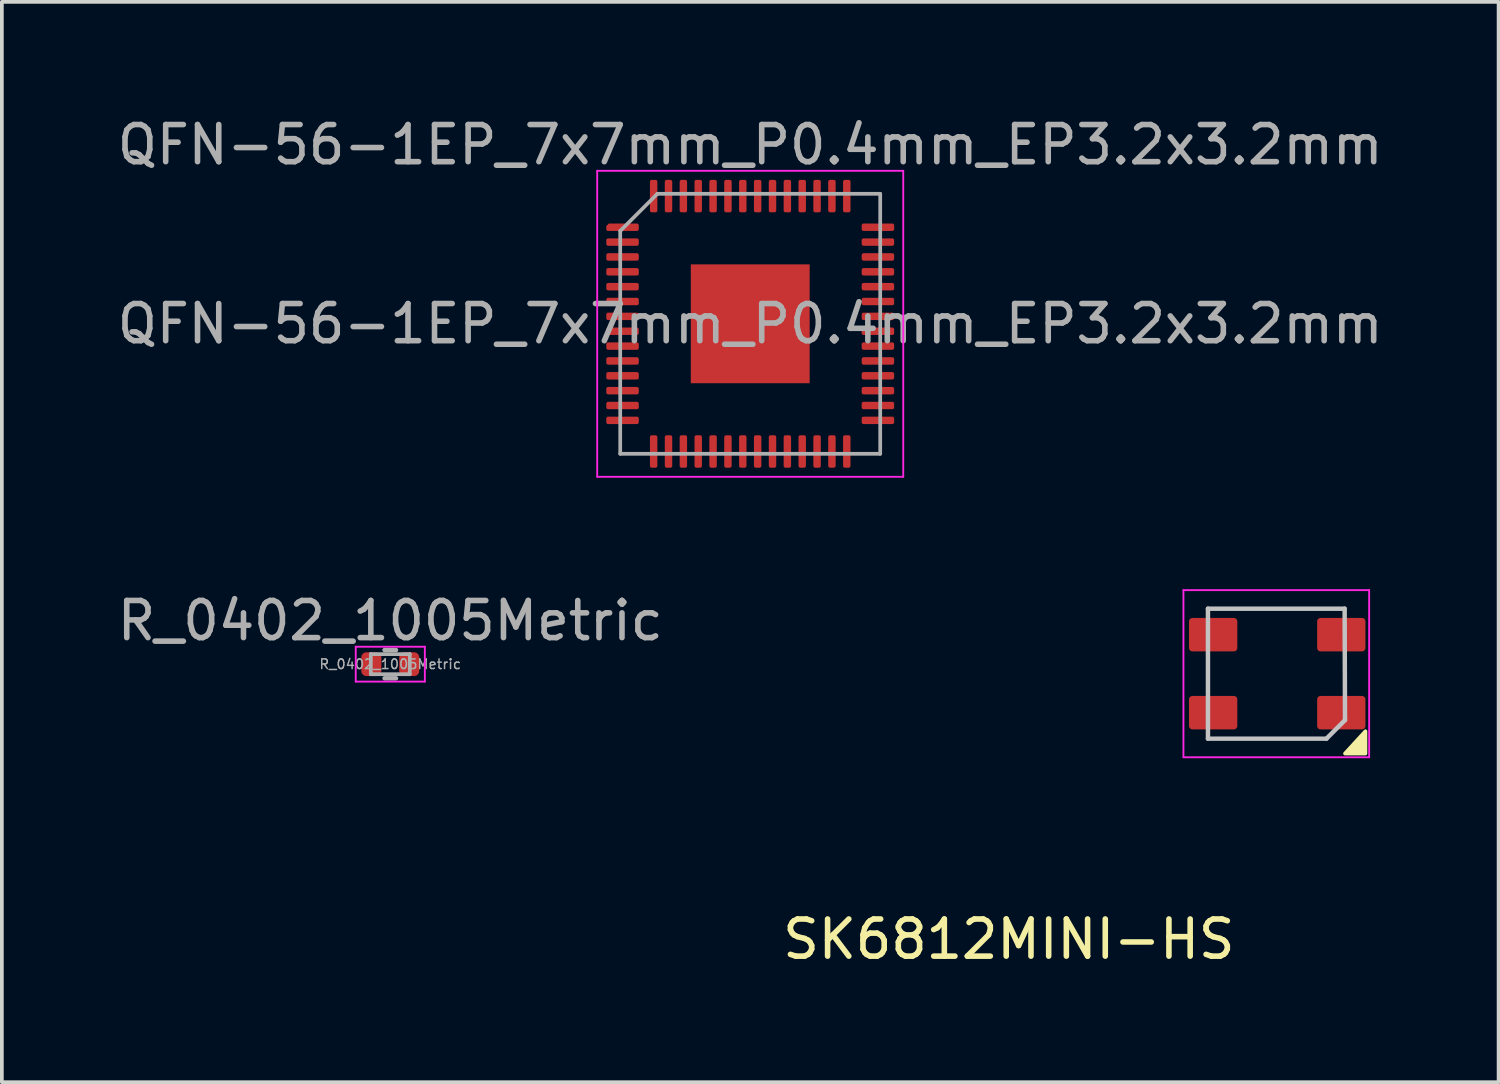
<source format=kicad_pcb>
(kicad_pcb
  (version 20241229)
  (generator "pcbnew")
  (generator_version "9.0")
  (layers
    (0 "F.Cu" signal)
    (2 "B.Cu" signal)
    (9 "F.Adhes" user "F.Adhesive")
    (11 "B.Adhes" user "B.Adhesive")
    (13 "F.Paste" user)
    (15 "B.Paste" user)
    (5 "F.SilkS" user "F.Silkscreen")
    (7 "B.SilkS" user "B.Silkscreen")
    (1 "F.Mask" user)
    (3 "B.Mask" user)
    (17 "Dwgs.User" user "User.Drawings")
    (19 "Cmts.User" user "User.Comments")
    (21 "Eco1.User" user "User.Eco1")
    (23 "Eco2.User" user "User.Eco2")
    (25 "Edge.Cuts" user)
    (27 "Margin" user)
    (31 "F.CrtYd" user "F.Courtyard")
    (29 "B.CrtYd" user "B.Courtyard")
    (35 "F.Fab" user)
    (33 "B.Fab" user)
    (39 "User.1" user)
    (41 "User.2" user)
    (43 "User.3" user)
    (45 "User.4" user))
  (footprint "QFN-56-1EP_7x7mm_P0.4mm_EP3.2x3.2mm"
    (layer "F.Cu")
    (at 17.149 5.668)
    (property "Reference" "QFN-56-1EP_7x7mm_P0.4mm_EP3.2x3.2mm" (at 0 -4.82 0) (layer "F.Fab") (effects (font (size 1 1) (thickness 0.15))))
    (attr smd)
    (fp_line (start -4.12 -4.12) (end -4.12 4.12) (stroke (width 0.05) (type solid)) (layer "F.CrtYd"))
    (fp_line (start -4.12 4.12) (end 4.12 4.12) (stroke (width 0.05) (type solid)) (layer "F.CrtYd"))
    (fp_line (start 4.12 -4.12) (end -4.12 -4.12) (stroke (width 0.05) (type solid)) (layer "F.CrtYd"))
    (fp_line (start 4.12 4.12) (end 4.12 -4.12) (stroke (width 0.05) (type solid)) (layer "F.CrtYd"))
    (fp_line (start -3.5 -2.5) (end -2.5 -3.5) (stroke (width 0.1) (type solid)) (layer "F.Fab"))
    (fp_line (start -3.5 3.5) (end -3.5 -2.5) (stroke (width 0.1) (type solid)) (layer "F.Fab"))
    (fp_line (start -2.5 -3.5) (end 3.5 -3.5) (stroke (width 0.1) (type solid)) (layer "F.Fab"))
    (fp_line (start 3.5 -3.5) (end 3.5 3.5) (stroke (width 0.1) (type solid)) (layer "F.Fab"))
    (fp_line (start 3.5 3.5) (end -3.5 3.5) (stroke (width 0.1) (type solid)) (layer "F.Fab"))
    (fp_text user "${REFERENCE}" (at 0 0 0) (layer "F.Fab") (effects (font (size 1 1) (thickness 0.15))))
    (pad "" smd roundrect (at -0.8 -0.8) (size 1.29 1.29) (layers "F.Paste") (roundrect_rratio 0.194))
    (pad "" smd roundrect (at -0.8 0.8) (size 1.29 1.29) (layers "F.Paste") (roundrect_rratio 0.194))
    (pad "" smd roundrect (at 0.8 -0.8) (size 1.29 1.29) (layers "F.Paste") (roundrect_rratio 0.194))
    (pad "" smd roundrect (at 0.8 0.8) (size 1.29 1.29) (layers "F.Paste") (roundrect_rratio 0.194))
    (pad "1" smd roundrect (at -3.438 -2.6) (size 0.875 0.2) (layers "F.Cu" "F.Mask" "F.Paste") (roundrect_rratio 0.25) (chamfer_ratio 0.35) (chamfer top_left))
    (pad "2" smd roundrect (at -3.438 -2.2) (size 0.875 0.2) (layers "F.Cu" "F.Mask" "F.Paste") (roundrect_rratio 0.25))
    (pad "3" smd roundrect (at -3.438 -1.8) (size 0.875 0.2) (layers "F.Cu" "F.Mask" "F.Paste") (roundrect_rratio 0.25))
    (pad "4" smd roundrect (at -3.438 -1.4) (size 0.875 0.2) (layers "F.Cu" "F.Mask" "F.Paste") (roundrect_rratio 0.25))
    (pad "5" smd roundrect (at -3.438 -1) (size 0.875 0.2) (layers "F.Cu" "F.Mask" "F.Paste") (roundrect_rratio 0.25))
    (pad "6" smd roundrect (at -3.438 -0.6) (size 0.875 0.2) (layers "F.Cu" "F.Mask" "F.Paste") (roundrect_rratio 0.25))
    (pad "7" smd roundrect (at -3.438 -0.2) (size 0.875 0.2) (layers "F.Cu" "F.Mask" "F.Paste") (roundrect_rratio 0.25))
    (pad "8" smd roundrect (at -3.438 0.2) (size 0.875 0.2) (layers "F.Cu" "F.Mask" "F.Paste") (roundrect_rratio 0.25))
    (pad "9" smd roundrect (at -3.438 0.6) (size 0.875 0.2) (layers "F.Cu" "F.Mask" "F.Paste") (roundrect_rratio 0.25))
    (pad "10" smd roundrect (at -3.438 1) (size 0.875 0.2) (layers "F.Cu" "F.Mask" "F.Paste") (roundrect_rratio 0.25))
    (pad "11" smd roundrect (at -3.438 1.4) (size 0.875 0.2) (layers "F.Cu" "F.Mask" "F.Paste") (roundrect_rratio 0.25))
    (pad "12" smd roundrect (at -3.438 1.8) (size 0.875 0.2) (layers "F.Cu" "F.Mask" "F.Paste") (roundrect_rratio 0.25))
    (pad "13" smd roundrect (at -3.438 2.2) (size 0.875 0.2) (layers "F.Cu" "F.Mask" "F.Paste") (roundrect_rratio 0.25))
    (pad "14" smd roundrect (at -3.438 2.6) (size 0.875 0.2) (layers "F.Cu" "F.Mask" "F.Paste") (roundrect_rratio 0.25))
    (pad "15" smd roundrect (at -2.6 3.438) (size 0.2 0.875) (layers "F.Cu" "F.Mask" "F.Paste") (roundrect_rratio 0.25))
    (pad "16" smd roundrect (at -2.2 3.438) (size 0.2 0.875) (layers "F.Cu" "F.Mask" "F.Paste") (roundrect_rratio 0.25))
    (pad "17" smd roundrect (at -1.8 3.438) (size 0.2 0.875) (layers "F.Cu" "F.Mask" "F.Paste") (roundrect_rratio 0.25))
    (pad "18" smd roundrect (at -1.4 3.438) (size 0.2 0.875) (layers "F.Cu" "F.Mask" "F.Paste") (roundrect_rratio 0.25))
    (pad "19" smd roundrect (at -1 3.438) (size 0.2 0.875) (layers "F.Cu" "F.Mask" "F.Paste") (roundrect_rratio 0.25))
    (pad "20" smd roundrect (at -0.6 3.438) (size 0.2 0.875) (layers "F.Cu" "F.Mask" "F.Paste") (roundrect_rratio 0.25))
    (pad "21" smd roundrect (at -0.2 3.438) (size 0.2 0.875) (layers "F.Cu" "F.Mask" "F.Paste") (roundrect_rratio 0.25))
    (pad "22" smd roundrect (at 0.2 3.438) (size 0.2 0.875) (layers "F.Cu" "F.Mask" "F.Paste") (roundrect_rratio 0.25))
    (pad "23" smd roundrect (at 0.6 3.438) (size 0.2 0.875) (layers "F.Cu" "F.Mask" "F.Paste") (roundrect_rratio 0.25))
    (pad "24" smd roundrect (at 1 3.438) (size 0.2 0.875) (layers "F.Cu" "F.Mask" "F.Paste") (roundrect_rratio 0.25))
    (pad "25" smd roundrect (at 1.4 3.438) (size 0.2 0.875) (layers "F.Cu" "F.Mask" "F.Paste") (roundrect_rratio 0.25))
    (pad "26" smd roundrect (at 1.8 3.438) (size 0.2 0.875) (layers "F.Cu" "F.Mask" "F.Paste") (roundrect_rratio 0.25))
    (pad "27" smd roundrect (at 2.2 3.438) (size 0.2 0.875) (layers "F.Cu" "F.Mask" "F.Paste") (roundrect_rratio 0.25))
    (pad "28" smd roundrect (at 2.6 3.438) (size 0.2 0.875) (layers "F.Cu" "F.Mask" "F.Paste") (roundrect_rratio 0.25))
    (pad "29" smd roundrect (at 3.438 2.6) (size 0.875 0.2) (layers "F.Cu" "F.Mask" "F.Paste") (roundrect_rratio 0.25))
    (pad "30" smd roundrect (at 3.438 2.2) (size 0.875 0.2) (layers "F.Cu" "F.Mask" "F.Paste") (roundrect_rratio 0.25))
    (pad "31" smd roundrect (at 3.438 1.8) (size 0.875 0.2) (layers "F.Cu" "F.Mask" "F.Paste") (roundrect_rratio 0.25))
    (pad "32" smd roundrect (at 3.438 1.4) (size 0.875 0.2) (layers "F.Cu" "F.Mask" "F.Paste") (roundrect_rratio 0.25))
    (pad "33" smd roundrect (at 3.438 1) (size 0.875 0.2) (layers "F.Cu" "F.Mask" "F.Paste") (roundrect_rratio 0.25))
    (pad "34" smd roundrect (at 3.438 0.6) (size 0.875 0.2) (layers "F.Cu" "F.Mask" "F.Paste") (roundrect_rratio 0.25))
    (pad "35" smd roundrect (at 3.438 0.2) (size 0.875 0.2) (layers "F.Cu" "F.Mask" "F.Paste") (roundrect_rratio 0.25))
    (pad "36" smd roundrect (at 3.438 -0.2) (size 0.875 0.2) (layers "F.Cu" "F.Mask" "F.Paste") (roundrect_rratio 0.25))
    (pad "37" smd roundrect (at 3.438 -0.6) (size 0.875 0.2) (layers "F.Cu" "F.Mask" "F.Paste") (roundrect_rratio 0.25))
    (pad "38" smd roundrect (at 3.438 -1) (size 0.875 0.2) (layers "F.Cu" "F.Mask" "F.Paste") (roundrect_rratio 0.25))
    (pad "39" smd roundrect (at 3.438 -1.4) (size 0.875 0.2) (layers "F.Cu" "F.Mask" "F.Paste") (roundrect_rratio 0.25))
    (pad "40" smd roundrect (at 3.438 -1.8) (size 0.875 0.2) (layers "F.Cu" "F.Mask" "F.Paste") (roundrect_rratio 0.25))
    (pad "41" smd roundrect (at 3.438 -2.2) (size 0.875 0.2) (layers "F.Cu" "F.Mask" "F.Paste") (roundrect_rratio 0.25))
    (pad "42" smd roundrect (at 3.438 -2.6) (size 0.875 0.2) (layers "F.Cu" "F.Mask" "F.Paste") (roundrect_rratio 0.25))
    (pad "43" smd roundrect (at 2.6 -3.438) (size 0.2 0.875) (layers "F.Cu" "F.Mask" "F.Paste") (roundrect_rratio 0.25))
    (pad "44" smd roundrect (at 2.2 -3.438) (size 0.2 0.875) (layers "F.Cu" "F.Mask" "F.Paste") (roundrect_rratio 0.25))
    (pad "45" smd roundrect (at 1.8 -3.438) (size 0.2 0.875) (layers "F.Cu" "F.Mask" "F.Paste") (roundrect_rratio 0.25))
    (pad "46" smd roundrect (at 1.4 -3.438) (size 0.2 0.875) (layers "F.Cu" "F.Mask" "F.Paste") (roundrect_rratio 0.25))
    (pad "47" smd roundrect (at 1 -3.438) (size 0.2 0.875) (layers "F.Cu" "F.Mask" "F.Paste") (roundrect_rratio 0.25))
    (pad "48" smd roundrect (at 0.6 -3.438) (size 0.2 0.875) (layers "F.Cu" "F.Mask" "F.Paste") (roundrect_rratio 0.25))
    (pad "49" smd roundrect (at 0.2 -3.438) (size 0.2 0.875) (layers "F.Cu" "F.Mask" "F.Paste") (roundrect_rratio 0.25))
    (pad "50" smd roundrect (at -0.2 -3.438) (size 0.2 0.875) (layers "F.Cu" "F.Mask" "F.Paste") (roundrect_rratio 0.25))
    (pad "51" smd roundrect (at -0.6 -3.438) (size 0.2 0.875) (layers "F.Cu" "F.Mask" "F.Paste") (roundrect_rratio 0.25))
    (pad "52" smd roundrect (at -1 -3.438) (size 0.2 0.875) (layers "F.Cu" "F.Mask" "F.Paste") (roundrect_rratio 0.25))
    (pad "53" smd roundrect (at -1.4 -3.438) (size 0.2 0.875) (layers "F.Cu" "F.Mask" "F.Paste") (roundrect_rratio 0.25))
    (pad "54" smd roundrect (at -1.8 -3.438) (size 0.2 0.875) (layers "F.Cu" "F.Mask" "F.Paste") (roundrect_rratio 0.25))
    (pad "55" smd roundrect (at -2.2 -3.438) (size 0.2 0.875) (layers "F.Cu" "F.Mask" "F.Paste") (roundrect_rratio 0.25))
    (pad "56" smd roundrect (at -2.6 -3.438) (size 0.2 0.875) (layers "F.Cu" "F.Mask" "F.Paste") (roundrect_rratio 0.25))
    (pad "57" smd rect (at 0 0) (size 3.2 3.2) (layers "F.Cu" "F.Mask")))
  (footprint "R_0402_1005Metric"
    (layer "F.Cu")
    (at 7.458 14.832)
    (property "Reference" "R_0402_1005Metric" (at 0 -1.17 0) (layer "F.Fab") (effects (font (size 1 1) (thickness 0.15))))
    (attr smd)
    (fp_line (start -0.93 -0.47) (end 0.93 -0.47) (stroke (width 0.05) (type solid)) (layer "F.CrtYd"))
    (fp_line (start -0.93 0.47) (end -0.93 -0.47) (stroke (width 0.05) (type solid)) (layer "F.CrtYd"))
    (fp_line (start 0.93 -0.47) (end 0.93 0.47) (stroke (width 0.05) (type solid)) (layer "F.CrtYd"))
    (fp_line (start 0.93 0.47) (end -0.93 0.47) (stroke (width 0.05) (type solid)) (layer "F.CrtYd"))
    (fp_line (start -0.525 -0.27) (end 0.525 -0.27) (stroke (width 0.1) (type solid)) (layer "F.Fab"))
    (fp_line (start -0.525 0.27) (end -0.525 -0.27) (stroke (width 0.1) (type solid)) (layer "F.Fab"))
    (fp_line (start -0.154 -0.38) (end 0.154 -0.38) (stroke (width 0.12) (type solid)) (layer "F.Fab"))
    (fp_line (start -0.154 0.38) (end 0.154 0.38) (stroke (width 0.12) (type solid)) (layer "F.Fab"))
    (fp_line (start 0.525 -0.27) (end 0.525 0.27) (stroke (width 0.1) (type solid)) (layer "F.Fab"))
    (fp_line (start 0.525 0.27) (end -0.525 0.27) (stroke (width 0.1) (type solid)) (layer "F.Fab"))
    (fp_text user "${REFERENCE}" (at 0 0 0) (layer "F.Fab") (effects (font (size 0.26 0.26) (thickness 0.04))))
    (pad "1" smd roundrect (at -0.51 0) (size 0.54 0.64) (layers "F.Cu" "F.Mask" "F.Paste") (roundrect_rratio 0.25))
    (pad "2" smd roundrect (at 0.51 0) (size 0.54 0.64) (layers "F.Cu" "F.Mask" "F.Paste") (roundrect_rratio 0.25)))
  (footprint "SK6812MINI-HS"
    (layer "F.Cu")
    (at 31.313 15.088)
    (property "Reference" "SK6812MINI-HS" (at -7.2 7.15 0) (layer "F.SilkS") (effects (font (size 1 1) (thickness 0.15))))
    (attr through_hole)
    (fp_poly (pts (xy 2.4 1.55) (xy 1.85 2.15) (xy 2.4 2.15)) (stroke (width 0.1) (type solid)) (fill yes) (layer "F.SilkS"))
    (fp_line (start -1.84 -1.75) (end -1.84 1.75) (stroke (width 0.12) (type solid)) (layer "Dwgs.User"))
    (fp_line (start 1.35 1.75) (end -1.84 1.75) (stroke (width 0.12) (type solid)) (layer "Dwgs.User"))
    (fp_line (start 1.84 -1.75) (end -1.84 -1.75) (stroke (width 0.12) (type solid)) (layer "Dwgs.User"))
    (fp_line (start 1.84 -1.75) (end 1.85 1.25) (stroke (width 0.12) (type solid)) (layer "Dwgs.User"))
    (fp_line (start 1.85 1.25) (end 1.35 1.75) (stroke (width 0.12) (type solid)) (layer "Dwgs.User"))
    (fp_line (start -2.5 -2.25) (end 2.5 -2.25) (stroke (width 0.05) (type solid)) (layer "F.CrtYd"))
    (fp_line (start -2.5 2.25) (end -2.5 -2.25) (stroke (width 0.05) (type solid)) (layer "F.CrtYd"))
    (fp_line (start -2.5 2.25) (end 2.5 2.25) (stroke (width 0.05) (type solid)) (layer "F.CrtYd"))
    (fp_line (start 2.5 2.25) (end 2.5 -2.25) (stroke (width 0.05) (type solid)) (layer "F.CrtYd"))
    (pad "1" smd roundrect (at 1.75 1.05 90) (size 0.9 1.3) (layers "F.Cu" "F.Mask" "F.Paste") (roundrect_rratio 0.1))
    (pad "2" smd roundrect (at 1.75 -1.05 90) (size 0.9 1.3) (layers "F.Cu" "F.Mask" "F.Paste") (roundrect_rratio 0.1))
    (pad "3" smd roundrect (at -1.7 -1.05 90) (size 0.9 1.3) (layers "F.Cu" "F.Mask" "F.Paste") (roundrect_rratio 0.1))
    (pad "4" smd roundrect (at -1.7 1.05 90) (size 0.9 1.3) (layers "F.Cu" "F.Mask" "F.Paste") (roundrect_rratio 0.1)))
  (gr_rect
    (start -3 -3)
    (end 37.298 26.087)
    (stroke (width 0.1) (type default))
    (fill no)
    (layer "Edge.Cuts")))
</source>
